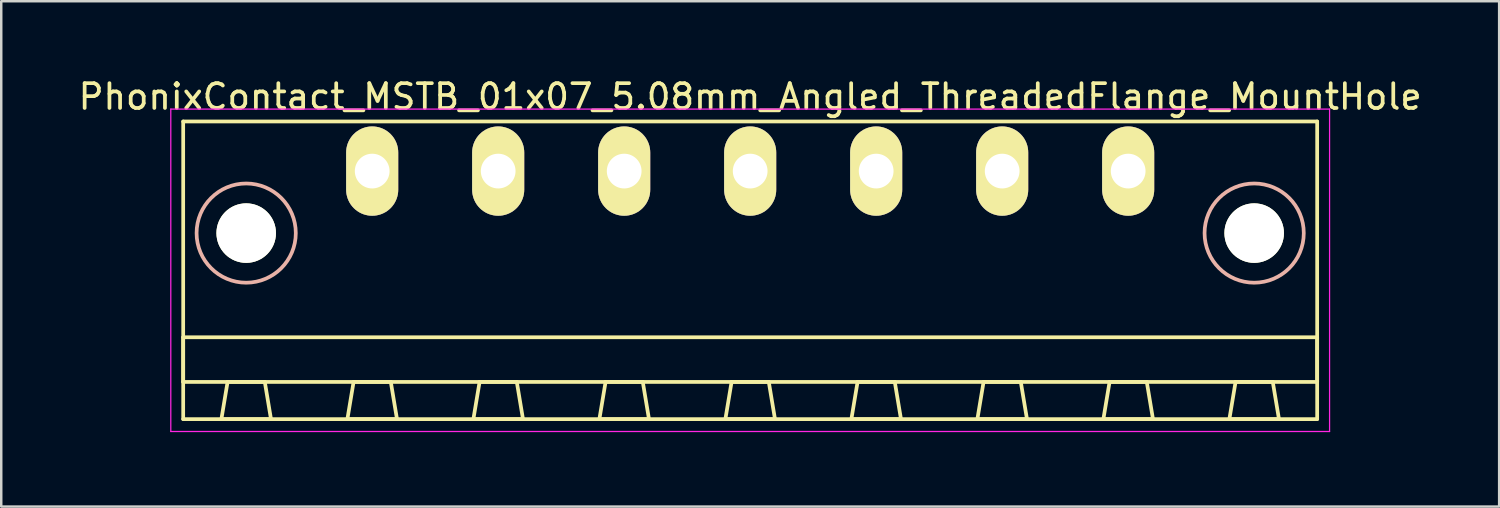
<source format=kicad_pcb>
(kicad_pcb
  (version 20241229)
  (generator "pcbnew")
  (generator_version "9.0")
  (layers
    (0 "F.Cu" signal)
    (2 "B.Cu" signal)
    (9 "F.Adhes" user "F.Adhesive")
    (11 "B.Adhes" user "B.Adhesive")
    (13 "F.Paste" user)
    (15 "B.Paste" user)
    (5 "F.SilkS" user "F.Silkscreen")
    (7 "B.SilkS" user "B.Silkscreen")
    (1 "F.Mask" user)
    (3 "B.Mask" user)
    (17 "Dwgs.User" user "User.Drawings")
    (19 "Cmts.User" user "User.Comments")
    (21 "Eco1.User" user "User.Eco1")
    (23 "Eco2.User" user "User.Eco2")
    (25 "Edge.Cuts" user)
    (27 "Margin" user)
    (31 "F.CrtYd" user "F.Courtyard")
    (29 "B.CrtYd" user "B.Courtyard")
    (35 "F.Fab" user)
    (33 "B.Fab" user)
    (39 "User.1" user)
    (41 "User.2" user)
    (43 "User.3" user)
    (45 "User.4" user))
  (footprint "PhonixContact_MSTB_01x07_5.08mm_Angled_ThreadedFlange_MountHole"
    (layer "F.Cu")
    (at 11.956 3.848)
    (property "Reference" "PhonixContact_MSTB_01x07_5.08mm_Angled_ThreadedFlange_MountHole" (at 15.24 -3 0) (layer "F.SilkS") (effects (font (size 1 1) (thickness 0.15))))
    (attr through_hole)
    (fp_line (start -7.62 -2) (end -7.62 10) (stroke (width 0.15) (type solid)) (layer "F.SilkS"))
    (fp_line (start -7.62 6.7) (end 38.1 6.7) (stroke (width 0.15) (type solid)) (layer "F.SilkS"))
    (fp_line (start -7.62 8.5) (end -7.62 6.7) (stroke (width 0.15) (type solid)) (layer "F.SilkS"))
    (fp_line (start -7.62 10) (end 38.1 10) (stroke (width 0.15) (type solid)) (layer "F.SilkS"))
    (fp_line (start -6.08 10) (end -4.08 10) (stroke (width 0.15) (type solid)) (layer "F.SilkS"))
    (fp_line (start -5.83 8.5) (end -6.08 10) (stroke (width 0.15) (type solid)) (layer "F.SilkS"))
    (fp_line (start -4.33 8.5) (end -5.83 8.5) (stroke (width 0.15) (type solid)) (layer "F.SilkS"))
    (fp_line (start -4.08 10) (end -4.33 8.5) (stroke (width 0.15) (type solid)) (layer "F.SilkS"))
    (fp_line (start -1 10) (end 1 10) (stroke (width 0.15) (type solid)) (layer "F.SilkS"))
    (fp_line (start -0.75 8.5) (end -1 10) (stroke (width 0.15) (type solid)) (layer "F.SilkS"))
    (fp_line (start 0.75 8.5) (end -0.75 8.5) (stroke (width 0.15) (type solid)) (layer "F.SilkS"))
    (fp_line (start 1 10) (end 0.75 8.5) (stroke (width 0.15) (type solid)) (layer "F.SilkS"))
    (fp_line (start 4.08 10) (end 6.08 10) (stroke (width 0.15) (type solid)) (layer "F.SilkS"))
    (fp_line (start 4.33 8.5) (end 4.08 10) (stroke (width 0.15) (type solid)) (layer "F.SilkS"))
    (fp_line (start 5.83 8.5) (end 4.33 8.5) (stroke (width 0.15) (type solid)) (layer "F.SilkS"))
    (fp_line (start 6.08 10) (end 5.83 8.5) (stroke (width 0.15) (type solid)) (layer "F.SilkS"))
    (fp_line (start 9.16 10) (end 11.16 10) (stroke (width 0.15) (type solid)) (layer "F.SilkS"))
    (fp_line (start 9.41 8.5) (end 9.16 10) (stroke (width 0.15) (type solid)) (layer "F.SilkS"))
    (fp_line (start 10.91 8.5) (end 9.41 8.5) (stroke (width 0.15) (type solid)) (layer "F.SilkS"))
    (fp_line (start 11.16 10) (end 10.91 8.5) (stroke (width 0.15) (type solid)) (layer "F.SilkS"))
    (fp_line (start 14.24 10) (end 16.24 10) (stroke (width 0.15) (type solid)) (layer "F.SilkS"))
    (fp_line (start 14.49 8.5) (end 14.24 10) (stroke (width 0.15) (type solid)) (layer "F.SilkS"))
    (fp_line (start 15.99 8.5) (end 14.49 8.5) (stroke (width 0.15) (type solid)) (layer "F.SilkS"))
    (fp_line (start 16.24 10) (end 15.99 8.5) (stroke (width 0.15) (type solid)) (layer "F.SilkS"))
    (fp_line (start 19.32 10) (end 21.32 10) (stroke (width 0.15) (type solid)) (layer "F.SilkS"))
    (fp_line (start 19.57 8.5) (end 19.32 10) (stroke (width 0.15) (type solid)) (layer "F.SilkS"))
    (fp_line (start 21.07 8.5) (end 19.57 8.5) (stroke (width 0.15) (type solid)) (layer "F.SilkS"))
    (fp_line (start 21.32 10) (end 21.07 8.5) (stroke (width 0.15) (type solid)) (layer "F.SilkS"))
    (fp_line (start 24.4 10) (end 26.4 10) (stroke (width 0.15) (type solid)) (layer "F.SilkS"))
    (fp_line (start 24.65 8.5) (end 24.4 10) (stroke (width 0.15) (type solid)) (layer "F.SilkS"))
    (fp_line (start 26.15 8.5) (end 24.65 8.5) (stroke (width 0.15) (type solid)) (layer "F.SilkS"))
    (fp_line (start 26.4 10) (end 26.15 8.5) (stroke (width 0.15) (type solid)) (layer "F.SilkS"))
    (fp_line (start 29.48 10) (end 31.48 10) (stroke (width 0.15) (type solid)) (layer "F.SilkS"))
    (fp_line (start 29.73 8.5) (end 29.48 10) (stroke (width 0.15) (type solid)) (layer "F.SilkS"))
    (fp_line (start 31.23 8.5) (end 29.73 8.5) (stroke (width 0.15) (type solid)) (layer "F.SilkS"))
    (fp_line (start 31.48 10) (end 31.23 8.5) (stroke (width 0.15) (type solid)) (layer "F.SilkS"))
    (fp_line (start 34.56 10) (end 36.56 10) (stroke (width 0.15) (type solid)) (layer "F.SilkS"))
    (fp_line (start 34.81 8.5) (end 34.56 10) (stroke (width 0.15) (type solid)) (layer "F.SilkS"))
    (fp_line (start 36.31 8.5) (end 34.81 8.5) (stroke (width 0.15) (type solid)) (layer "F.SilkS"))
    (fp_line (start 36.56 10) (end 36.31 8.5) (stroke (width 0.15) (type solid)) (layer "F.SilkS"))
    (fp_line (start 38.1 -2) (end -7.62 -2) (stroke (width 0.15) (type solid)) (layer "F.SilkS"))
    (fp_line (start 38.1 6.7) (end 38.1 8.5) (stroke (width 0.15) (type solid)) (layer "F.SilkS"))
    (fp_line (start 38.1 8.5) (end -7.62 8.5) (stroke (width 0.15) (type solid)) (layer "F.SilkS"))
    (fp_line (start 38.1 10) (end 38.1 -2) (stroke (width 0.15) (type solid)) (layer "F.SilkS"))
    (fp_circle (center -5.08 2.5) (end -3.08 2.5) (stroke (width 0.15) (type solid)) (fill no) (layer "B.SilkS"))
    (fp_circle (center 35.56 2.5) (end 37.56 2.5) (stroke (width 0.15) (type solid)) (fill no) (layer "B.SilkS"))
    (fp_line (start -8.12 -2.5) (end -8.12 10.5) (stroke (width 0.05) (type solid)) (layer "F.CrtYd"))
    (fp_line (start -8.12 10.5) (end 38.6 10.5) (stroke (width 0.05) (type solid)) (layer "F.CrtYd"))
    (fp_line (start 38.6 -2.5) (end -8.12 -2.5) (stroke (width 0.05) (type solid)) (layer "F.CrtYd"))
    (fp_line (start 38.6 10.5) (end 38.6 -2.5) (stroke (width 0.05) (type solid)) (layer "F.CrtYd"))
    (pad "" np_thru_hole circle (at -5.08 2.5) (size 2.4 2.4) (drill 2.4) (layers "*.Cu" "*.Mask" "F.SilkS"))
    (pad "" np_thru_hole circle (at 35.56 2.5) (size 2.4 2.4) (drill 2.4) (layers "*.Cu" "*.Mask" "F.SilkS"))
    (pad "1" thru_hole oval (at 0 0) (size 2.1 3.6) (drill 1.4) (layers "*.Cu" "*.Mask" "F.SilkS"))
    (pad "2" thru_hole oval (at 5.08 0) (size 2.1 3.6) (drill 1.4) (layers "*.Cu" "*.Mask" "F.SilkS"))
    (pad "3" thru_hole oval (at 10.16 0) (size 2.1 3.6) (drill 1.4) (layers "*.Cu" "*.Mask" "F.SilkS"))
    (pad "4" thru_hole oval (at 15.24 0) (size 2.1 3.6) (drill 1.4) (layers "*.Cu" "*.Mask" "F.SilkS"))
    (pad "5" thru_hole oval (at 20.32 0) (size 2.1 3.6) (drill 1.4) (layers "*.Cu" "*.Mask" "F.SilkS"))
    (pad "6" thru_hole oval (at 25.4 0) (size 2.1 3.6) (drill 1.4) (layers "*.Cu" "*.Mask" "F.SilkS"))
    (pad "7" thru_hole oval (at 30.48 0) (size 2.1 3.6) (drill 1.4) (layers "*.Cu" "*.Mask" "F.SilkS")))
  (gr_rect
    (start -3 -3)
    (end 57.393 17.373)
    (stroke (width 0.1) (type default))
    (fill no)
    (layer "Edge.Cuts")))
</source>
